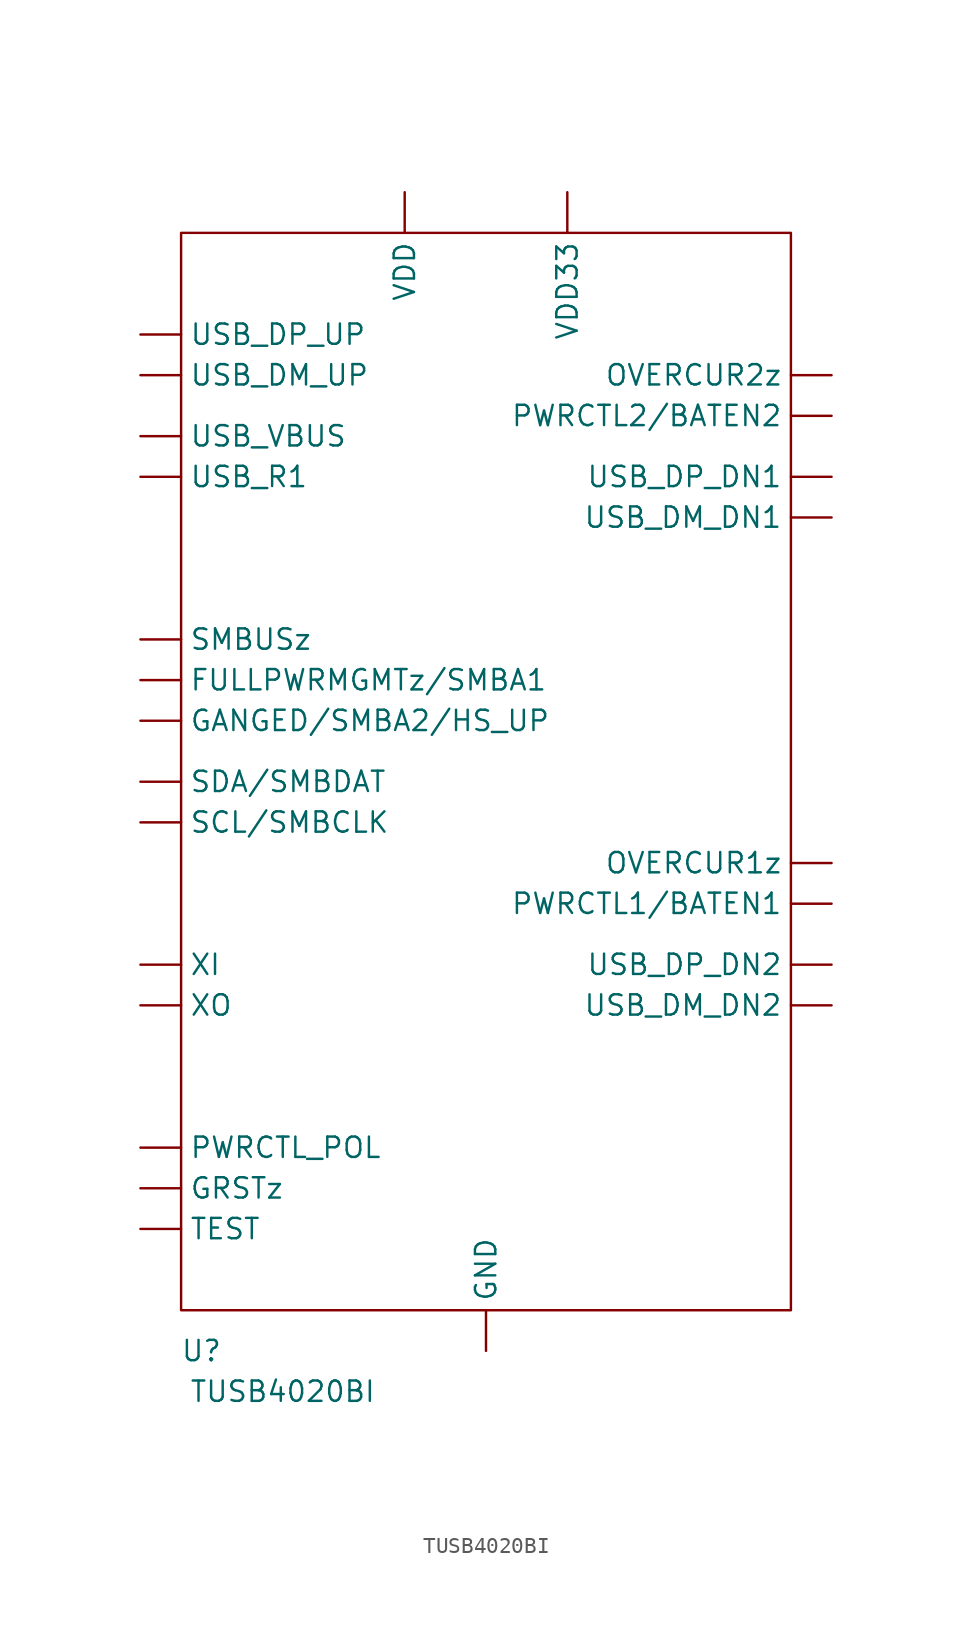
<source format=kicad_sym>
(kicad_symbol_lib
  (version 20211014)
  (generator kicad_symbol_editor)
  (symbol "TUSB4020BI"
    (pin_numbers hide)
    (property "Reference" "U"
      (at -17.78 -36.83 0)
      (effects (font (size 1.27 1.27))))
    (property "Value" "TUSB4020BI"
      (at -12.7 -39.37 0)
      (effects (font (size 1.27 1.27))))
    (symbol "TUSB4020BI_0_0"
      (pin input line (at -5.08 35.56 270) (length 2.54) (name "VDD" (effects (font (size 1.27 1.27)))) (number "1" (effects (font (size 1.27 1.27)))))
      (pin input line (at -21.59 -29.21 0) (length 2.54) (name "TEST" (effects (font (size 1.27 1.27)))) (number "10" (effects (font (size 1.27 1.27)))))
      (pin input line (at -5.08 35.56 270) (length 2.54) hide (name "VDD" (effects (font (size 1.27 1.27)))) (number "12" (effects (font (size 1.27 1.27)))))
      (pin input line (at 5.08 35.56 270) (length 2.54) hide (name "VDD33" (effects (font (size 1.27 1.27)))) (number "13" (effects (font (size 1.27 1.27)))))
      (pin input line (at 21.59 -12.7 180) (length 2.54) (name "USB_DP_DN2" (effects (font (size 1.27 1.27)))) (number "14" (effects (font (size 1.27 1.27)))))
      (pin input line (at 21.59 -15.24 180) (length 2.54) (name "USB_DM_DN2" (effects (font (size 1.27 1.27)))) (number "15" (effects (font (size 1.27 1.27)))))
      (pin input line (at -5.08 35.56 270) (length 2.54) hide (name "VDD" (effects (font (size 1.27 1.27)))) (number "18" (effects (font (size 1.27 1.27)))))
      (pin input line (at -21.59 -3.81 0) (length 2.54) (name "SCL/SMBCLK" (effects (font (size 1.27 1.27)))) (number "2" (effects (font (size 1.27 1.27)))))
      (pin input line (at -21.59 -24.13 0) (length 2.54) (name "PWRCTL_POL" (effects (font (size 1.27 1.27)))) (number "21" (effects (font (size 1.27 1.27)))))
      (pin input line (at -21.59 7.62 0) (length 2.54) (name "SMBUSz" (effects (font (size 1.27 1.27)))) (number "22" (effects (font (size 1.27 1.27)))))
      (pin input line (at 5.08 35.56 270) (length 2.54) hide (name "VDD33" (effects (font (size 1.27 1.27)))) (number "23" (effects (font (size 1.27 1.27)))))
      (pin input line (at -21.59 17.78 0) (length 2.54) (name "USB_R1" (effects (font (size 1.27 1.27)))) (number "24" (effects (font (size 1.27 1.27)))))
      (pin input line (at 5.08 35.56 270) (length 2.54) hide (name "VDD33" (effects (font (size 1.27 1.27)))) (number "25" (effects (font (size 1.27 1.27)))))
      (pin input line (at -21.59 24.13 0) (length 2.54) (name "USB_DM_UP" (effects (font (size 1.27 1.27)))) (number "27" (effects (font (size 1.27 1.27)))))
      (pin input line (at -21.59 -1.27 0) (length 2.54) (name "SDA/SMBDAT" (effects (font (size 1.27 1.27)))) (number "3" (effects (font (size 1.27 1.27)))))
      (pin input line (at -5.08 35.56 270) (length 2.54) hide (name "VDD" (effects (font (size 1.27 1.27)))) (number "30" (effects (font (size 1.27 1.27)))))
      (pin input line (at 5.08 35.56 270) (length 2.54) (name "VDD33" (effects (font (size 1.27 1.27)))) (number "33" (effects (font (size 1.27 1.27)))))
      (pin input line (at -5.08 35.56 270) (length 2.54) hide (name "VDD" (effects (font (size 1.27 1.27)))) (number "34" (effects (font (size 1.27 1.27)))))
      (pin input line (at -21.59 2.54 0) (length 2.54) (name "GANGED/SMBA2/HS_UP" (effects (font (size 1.27 1.27)))) (number "35" (effects (font (size 1.27 1.27)))))
      (pin input line (at -21.59 5.08 0) (length 2.54) (name "FULLPWRMGMTz/SMBA1" (effects (font (size 1.27 1.27)))) (number "36" (effects (font (size 1.27 1.27)))))
      (pin input line (at 5.08 35.56 270) (length 2.54) hide (name "VDD33" (effects (font (size 1.27 1.27)))) (number "37" (effects (font (size 1.27 1.27)))))
      (pin input line (at 21.59 -8.89 180) (length 2.54) (name "PWRCTL1/BATEN1" (effects (font (size 1.27 1.27)))) (number "4" (effects (font (size 1.27 1.27)))))
      (pin input line (at 5.08 35.56 270) (length 2.54) hide (name "VDD33" (effects (font (size 1.27 1.27)))) (number "40" (effects (font (size 1.27 1.27)))))
      (pin input line (at 21.59 17.78 180) (length 2.54) (name "USB_DP_DN1" (effects (font (size 1.27 1.27)))) (number "41" (effects (font (size 1.27 1.27)))))
      (pin input line (at 21.59 15.24 180) (length 2.54) (name "USB_DM_DN1" (effects (font (size 1.27 1.27)))) (number "42" (effects (font (size 1.27 1.27)))))
      (pin input line (at -5.08 35.56 270) (length 2.54) hide (name "VDD" (effects (font (size 1.27 1.27)))) (number "45" (effects (font (size 1.27 1.27)))))
      (pin input line (at 5.08 35.56 270) (length 2.54) hide (name "VDD33" (effects (font (size 1.27 1.27)))) (number "48" (effects (font (size 1.27 1.27)))))
      (pin input line (at 0 -36.83 90) (length 2.54) (name "GND" (effects (font (size 1.27 1.27)))) (number "49" (effects (font (size 1.27 1.27)))))
      (pin input line (at 21.59 -6.35 180) (length 2.54) (name "OVERCUR1z" (effects (font (size 1.27 1.27)))) (number "5" (effects (font (size 1.27 1.27)))))
      (pin input line (at 21.59 21.59 180) (length 2.54) (name "PWRCTL2/BATEN2" (effects (font (size 1.27 1.27)))) (number "6" (effects (font (size 1.27 1.27)))))
      (pin input line (at 5.08 35.56 270) (length 2.54) hide (name "VDD33" (effects (font (size 1.27 1.27)))) (number "7" (effects (font (size 1.27 1.27)))))
      (pin input line (at 21.59 24.13 180) (length 2.54) (name "OVERCUR2z" (effects (font (size 1.27 1.27)))) (number "8" (effects (font (size 1.27 1.27)))))
      (pin input line (at -21.59 20.32 0) (length 2.54) (name "USB_VBUS" (effects (font (size 1.27 1.27)))) (number "9" (effects (font (size 1.27 1.27))))))
    (symbol "TUSB4020BI_0_1"
      (rectangle (start -19.05 33.02) (end 19.05 -34.29) (stroke (width 0.152) (type default) (color 0 0 0 0)) (fill (type none))))
    (symbol "TUSB4020BI_1_1"
      (pin input line (at -21.59 -26.67 0) (length 2.54) (name "GRSTz" (effects (font (size 1.27 1.27)))) (number "11" (effects (font (size 1.27 1.27)))))
      (pin input line (at -21.59 26.67 0) (length 2.54) (name "USB_DP_UP" (effects (font (size 1.27 1.27)))) (number "26" (effects (font (size 1.27 1.27)))))
      (pin input line (at -21.59 -12.7 0) (length 2.54) (name "XI" (effects (font (size 1.27 1.27)))) (number "38" (effects (font (size 1.27 1.27)))))
      (pin input line (at -21.59 -15.24 0) (length 2.54) (name "XO" (effects (font (size 1.27 1.27)))) (number "39" (effects (font (size 1.27 1.27))))))))
</source>
